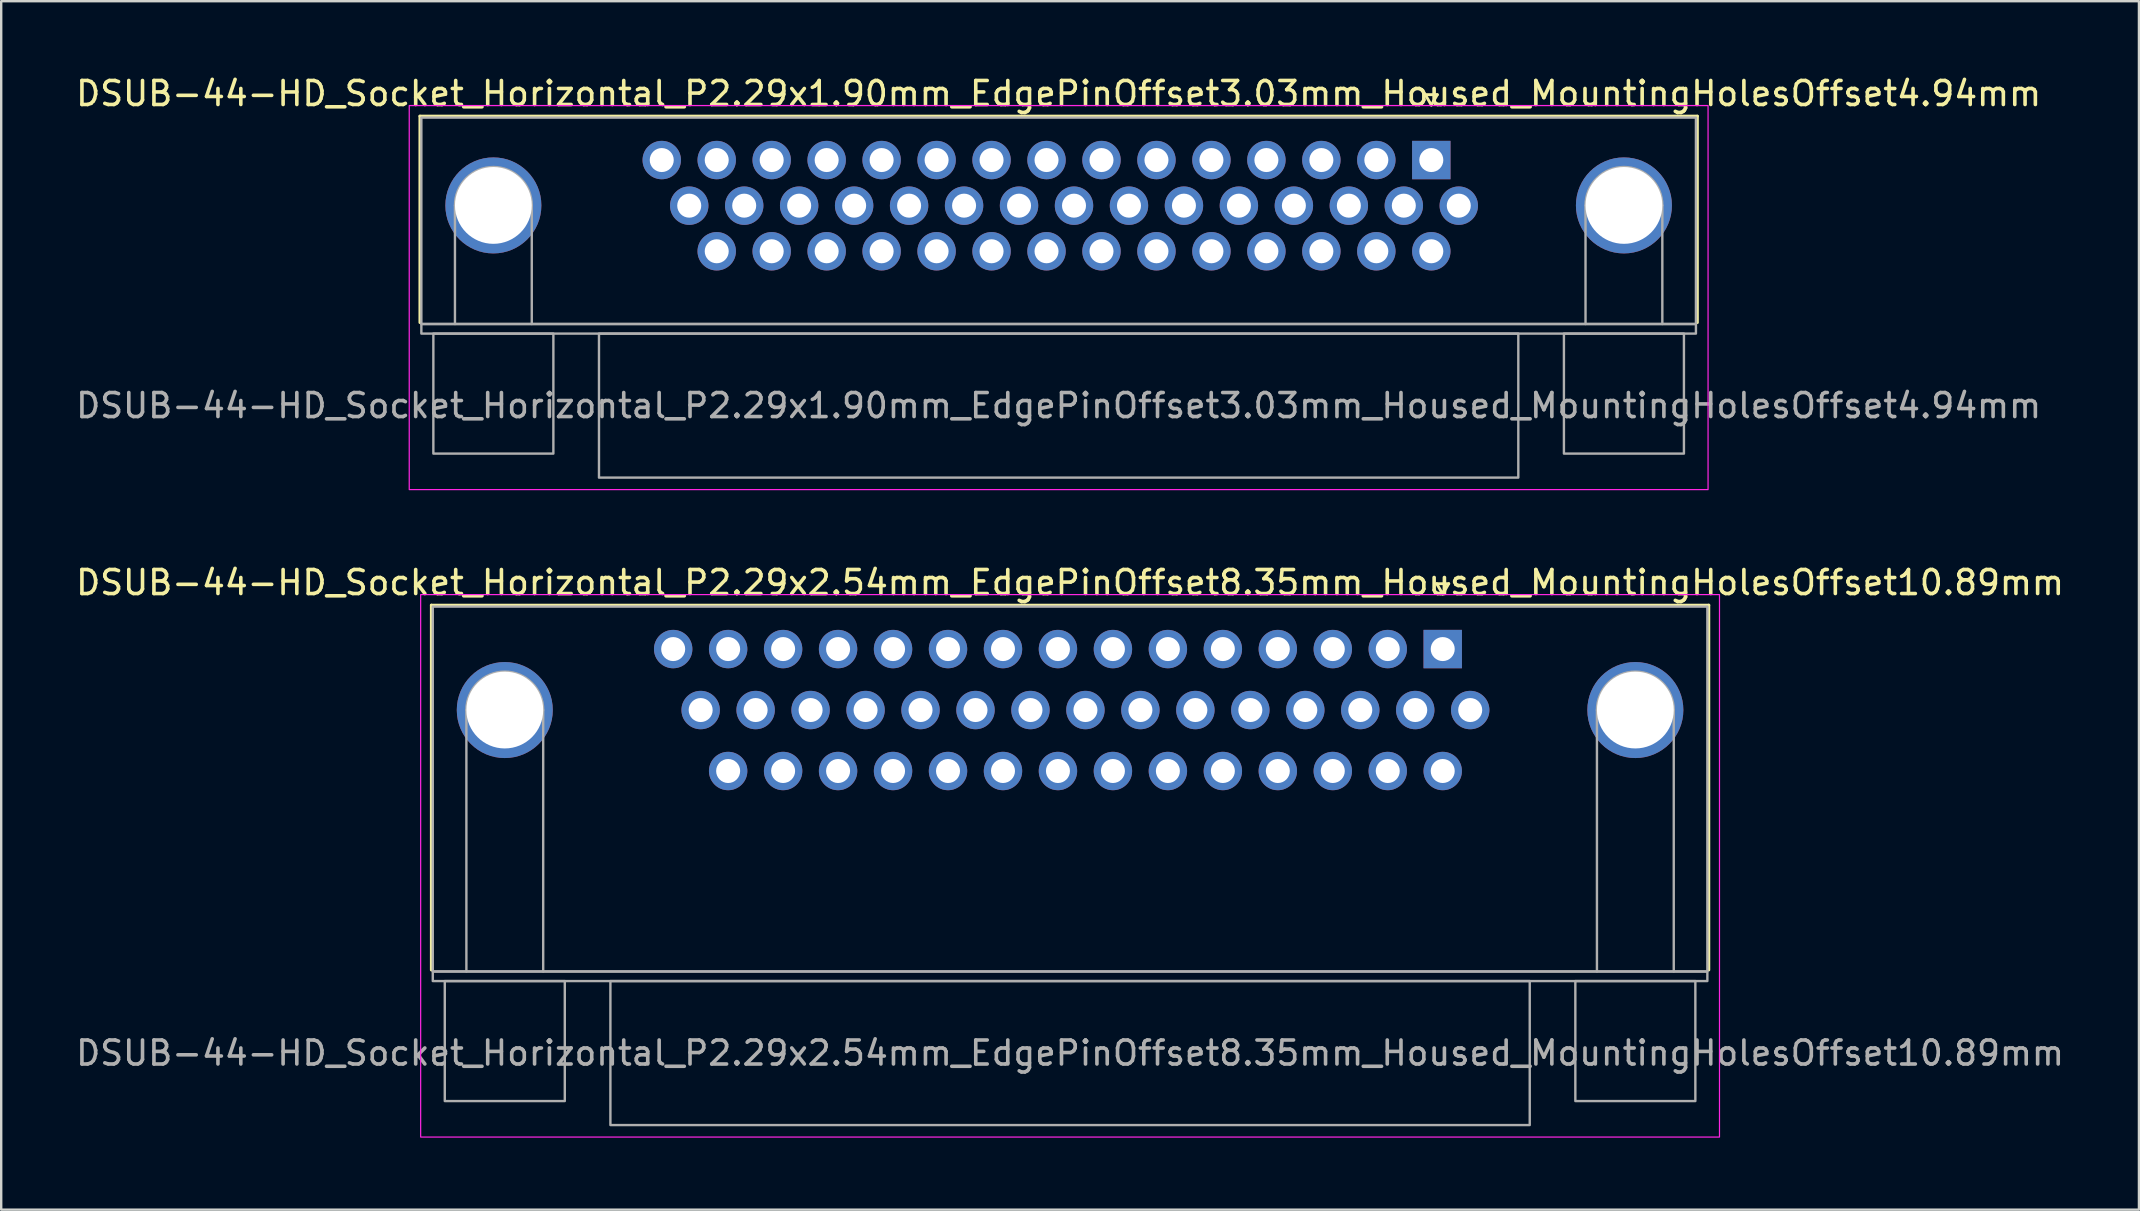
<source format=kicad_pcb>
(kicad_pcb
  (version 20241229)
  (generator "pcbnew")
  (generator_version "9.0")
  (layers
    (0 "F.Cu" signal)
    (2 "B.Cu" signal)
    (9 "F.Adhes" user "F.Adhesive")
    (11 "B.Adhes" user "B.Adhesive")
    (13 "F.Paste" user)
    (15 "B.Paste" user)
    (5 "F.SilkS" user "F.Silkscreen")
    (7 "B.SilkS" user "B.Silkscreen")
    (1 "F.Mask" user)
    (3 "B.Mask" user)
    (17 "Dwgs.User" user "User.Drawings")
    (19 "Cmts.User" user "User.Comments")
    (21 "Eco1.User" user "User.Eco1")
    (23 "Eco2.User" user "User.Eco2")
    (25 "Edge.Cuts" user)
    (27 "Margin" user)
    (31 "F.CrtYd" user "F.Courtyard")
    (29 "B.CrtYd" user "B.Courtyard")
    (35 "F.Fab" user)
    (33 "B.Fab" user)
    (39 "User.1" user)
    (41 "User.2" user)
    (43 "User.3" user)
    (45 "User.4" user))
  (footprint "DSUB-44-HD_Socket_Horizontal_P2.29x1.90mm_EdgePinOffset3.03mm_Housed_MountingHolesOffset4.94mm"
    (layer "F.Cu")
    (at 56.579 3.618)
    (property "Reference" "DSUB-44-HD_Socket_Horizontal_P2.29x1.90mm_EdgePinOffset3.03mm_Housed_MountingHolesOffset4.94mm" (at -15.525 -2.77 0) (layer "F.SilkS") (effects (font (size 1 1) (thickness 0.15))))
    (attr through_hole)
    (fp_line (start -42.135 -1.83) (end 11.085 -1.83) (stroke (width 0.12) (type solid)) (layer "F.SilkS"))
    (fp_line (start -42.135 6.77) (end -42.135 -1.83) (stroke (width 0.12) (type solid)) (layer "F.SilkS"))
    (fp_line (start -0.25 -2.724) (end 0.25 -2.724) (stroke (width 0.12) (type solid)) (layer "F.SilkS"))
    (fp_line (start 0 -2.291) (end -0.25 -2.724) (stroke (width 0.12) (type solid)) (layer "F.SilkS"))
    (fp_line (start 0.25 -2.724) (end 0 -2.291) (stroke (width 0.12) (type solid)) (layer "F.SilkS"))
    (fp_line (start 11.085 -1.83) (end 11.085 6.77) (stroke (width 0.12) (type solid)) (layer "F.SilkS"))
    (fp_rect (start -42.58 -2.27) (end 11.53 13.73) (stroke (width 0.05) (type solid)) (fill no) (layer "F.CrtYd"))
    (fp_line (start -40.675 6.83) (end -40.675 1.89) (stroke (width 0.1) (type solid)) (layer "F.Fab"))
    (fp_line (start -37.475 6.83) (end -37.475 1.89) (stroke (width 0.1) (type solid)) (layer "F.Fab"))
    (fp_line (start 6.425 6.83) (end 6.425 1.89) (stroke (width 0.1) (type solid)) (layer "F.Fab"))
    (fp_line (start 9.625 6.83) (end 9.625 1.89) (stroke (width 0.1) (type solid)) (layer "F.Fab"))
    (fp_rect (start -42.075 -1.77) (end 11.025 6.83) (stroke (width 0.1) (type solid)) (fill no) (layer "F.Fab"))
    (fp_rect (start -42.075 6.83) (end 11.025 7.23) (stroke (width 0.1) (type solid)) (fill no) (layer "F.Fab"))
    (fp_rect (start -41.575 7.23) (end -36.575 12.23) (stroke (width 0.1) (type solid)) (fill no) (layer "F.Fab"))
    (fp_rect (start -34.675 7.23) (end 3.625 13.23) (stroke (width 0.1) (type solid)) (fill no) (layer "F.Fab"))
    (fp_rect (start 5.525 7.23) (end 10.525 12.23) (stroke (width 0.1) (type solid)) (fill no) (layer "F.Fab"))
    (fp_arc (start -40.675 1.89) (mid -39.075 0.29) (end -37.475 1.89) (stroke (width 0.1) (type solid)) (layer "F.Fab"))
    (fp_arc (start 6.425 1.89) (mid 8.025 0.29) (end 9.625 1.89) (stroke (width 0.1) (type solid)) (layer "F.Fab"))
    (fp_text user "${REFERENCE}" (at -15.525 10.23 0) (layer "F.Fab") (effects (font (size 1 1) (thickness 0.15))))
    (pad "1" thru_hole rect (at 0 0) (size 1.6 1.6) (drill 1) (layers "*.Cu" "*.Mask"))
    (pad "2" thru_hole circle (at -2.29 0) (size 1.6 1.6) (drill 1) (layers "*.Cu" "*.Mask"))
    (pad "3" thru_hole circle (at -4.58 0) (size 1.6 1.6) (drill 1) (layers "*.Cu" "*.Mask"))
    (pad "4" thru_hole circle (at -6.87 0) (size 1.6 1.6) (drill 1) (layers "*.Cu" "*.Mask"))
    (pad "5" thru_hole circle (at -9.16 0) (size 1.6 1.6) (drill 1) (layers "*.Cu" "*.Mask"))
    (pad "6" thru_hole circle (at -11.45 0) (size 1.6 1.6) (drill 1) (layers "*.Cu" "*.Mask"))
    (pad "7" thru_hole circle (at -13.74 0) (size 1.6 1.6) (drill 1) (layers "*.Cu" "*.Mask"))
    (pad "8" thru_hole circle (at -16.03 0) (size 1.6 1.6) (drill 1) (layers "*.Cu" "*.Mask"))
    (pad "9" thru_hole circle (at -18.32 0) (size 1.6 1.6) (drill 1) (layers "*.Cu" "*.Mask"))
    (pad "10" thru_hole circle (at -20.61 0) (size 1.6 1.6) (drill 1) (layers "*.Cu" "*.Mask"))
    (pad "11" thru_hole circle (at -22.9 0) (size 1.6 1.6) (drill 1) (layers "*.Cu" "*.Mask"))
    (pad "12" thru_hole circle (at -25.19 0) (size 1.6 1.6) (drill 1) (layers "*.Cu" "*.Mask"))
    (pad "13" thru_hole circle (at -27.48 0) (size 1.6 1.6) (drill 1) (layers "*.Cu" "*.Mask"))
    (pad "14" thru_hole circle (at -29.77 0) (size 1.6 1.6) (drill 1) (layers "*.Cu" "*.Mask"))
    (pad "15" thru_hole circle (at -32.06 0) (size 1.6 1.6) (drill 1) (layers "*.Cu" "*.Mask"))
    (pad "16" thru_hole circle (at 1.145 1.9) (size 1.6 1.6) (drill 1) (layers "*.Cu" "*.Mask"))
    (pad "17" thru_hole circle (at -1.145 1.9) (size 1.6 1.6) (drill 1) (layers "*.Cu" "*.Mask"))
    (pad "18" thru_hole circle (at -3.435 1.9) (size 1.6 1.6) (drill 1) (layers "*.Cu" "*.Mask"))
    (pad "19" thru_hole circle (at -5.725 1.9) (size 1.6 1.6) (drill 1) (layers "*.Cu" "*.Mask"))
    (pad "20" thru_hole circle (at -8.015 1.9) (size 1.6 1.6) (drill 1) (layers "*.Cu" "*.Mask"))
    (pad "21" thru_hole circle (at -10.305 1.9) (size 1.6 1.6) (drill 1) (layers "*.Cu" "*.Mask"))
    (pad "22" thru_hole circle (at -12.595 1.9) (size 1.6 1.6) (drill 1) (layers "*.Cu" "*.Mask"))
    (pad "23" thru_hole circle (at -14.885 1.9) (size 1.6 1.6) (drill 1) (layers "*.Cu" "*.Mask"))
    (pad "24" thru_hole circle (at -17.175 1.9) (size 1.6 1.6) (drill 1) (layers "*.Cu" "*.Mask"))
    (pad "25" thru_hole circle (at -19.465 1.9) (size 1.6 1.6) (drill 1) (layers "*.Cu" "*.Mask"))
    (pad "26" thru_hole circle (at -21.755 1.9) (size 1.6 1.6) (drill 1) (layers "*.Cu" "*.Mask"))
    (pad "27" thru_hole circle (at -24.045 1.9) (size 1.6 1.6) (drill 1) (layers "*.Cu" "*.Mask"))
    (pad "28" thru_hole circle (at -26.335 1.9) (size 1.6 1.6) (drill 1) (layers "*.Cu" "*.Mask"))
    (pad "29" thru_hole circle (at -28.625 1.9) (size 1.6 1.6) (drill 1) (layers "*.Cu" "*.Mask"))
    (pad "30" thru_hole circle (at -30.915 1.9) (size 1.6 1.6) (drill 1) (layers "*.Cu" "*.Mask"))
    (pad "31" thru_hole circle (at 0 3.8) (size 1.6 1.6) (drill 1) (layers "*.Cu" "*.Mask"))
    (pad "32" thru_hole circle (at -2.29 3.8) (size 1.6 1.6) (drill 1) (layers "*.Cu" "*.Mask"))
    (pad "33" thru_hole circle (at -4.58 3.8) (size 1.6 1.6) (drill 1) (layers "*.Cu" "*.Mask"))
    (pad "34" thru_hole circle (at -6.87 3.8) (size 1.6 1.6) (drill 1) (layers "*.Cu" "*.Mask"))
    (pad "35" thru_hole circle (at -9.16 3.8) (size 1.6 1.6) (drill 1) (layers "*.Cu" "*.Mask"))
    (pad "36" thru_hole circle (at -11.45 3.8) (size 1.6 1.6) (drill 1) (layers "*.Cu" "*.Mask"))
    (pad "37" thru_hole circle (at -13.74 3.8) (size 1.6 1.6) (drill 1) (layers "*.Cu" "*.Mask"))
    (pad "38" thru_hole circle (at -16.03 3.8) (size 1.6 1.6) (drill 1) (layers "*.Cu" "*.Mask"))
    (pad "39" thru_hole circle (at -18.32 3.8) (size 1.6 1.6) (drill 1) (layers "*.Cu" "*.Mask"))
    (pad "40" thru_hole circle (at -20.61 3.8) (size 1.6 1.6) (drill 1) (layers "*.Cu" "*.Mask"))
    (pad "41" thru_hole circle (at -22.9 3.8) (size 1.6 1.6) (drill 1) (layers "*.Cu" "*.Mask"))
    (pad "42" thru_hole circle (at -25.19 3.8) (size 1.6 1.6) (drill 1) (layers "*.Cu" "*.Mask"))
    (pad "43" thru_hole circle (at -27.48 3.8) (size 1.6 1.6) (drill 1) (layers "*.Cu" "*.Mask"))
    (pad "44" thru_hole circle (at -29.77 3.8) (size 1.6 1.6) (drill 1) (layers "*.Cu" "*.Mask"))
    (pad "SH" thru_hole circle (at -39.075 1.89) (size 4 4) (drill 3.2) (layers "*.Cu" "*.Mask"))
    (pad "SH" thru_hole circle (at 8.025 1.89) (size 4 4) (drill 3.2) (layers "*.Cu" "*.Mask")))
  (footprint "DSUB-44-HD_Socket_Horizontal_P2.29x2.54mm_EdgePinOffset8.35mm_Housed_MountingHolesOffset10.89mm"
    (layer "F.Cu")
    (at 57.055 23.991)
    (property "Reference" "DSUB-44-HD_Socket_Horizontal_P2.29x2.54mm_EdgePinOffset8.35mm_Housed_MountingHolesOffset10.89mm" (at -15.525 -2.77 0) (layer "F.SilkS") (effects (font (size 1 1) (thickness 0.15))))
    (attr through_hole)
    (fp_line (start -42.135 -1.83) (end 11.085 -1.83) (stroke (width 0.12) (type solid)) (layer "F.SilkS"))
    (fp_line (start -42.135 13.37) (end -42.135 -1.83) (stroke (width 0.12) (type solid)) (layer "F.SilkS"))
    (fp_line (start -0.25 -2.724) (end 0.25 -2.724) (stroke (width 0.12) (type solid)) (layer "F.SilkS"))
    (fp_line (start 0 -2.291) (end -0.25 -2.724) (stroke (width 0.12) (type solid)) (layer "F.SilkS"))
    (fp_line (start 0.25 -2.724) (end 0 -2.291) (stroke (width 0.12) (type solid)) (layer "F.SilkS"))
    (fp_line (start 11.085 -1.83) (end 11.085 13.37) (stroke (width 0.12) (type solid)) (layer "F.SilkS"))
    (fp_rect (start -42.58 -2.27) (end 11.53 20.33) (stroke (width 0.05) (type solid)) (fill no) (layer "F.CrtYd"))
    (fp_line (start -40.675 13.43) (end -40.675 2.54) (stroke (width 0.1) (type solid)) (layer "F.Fab"))
    (fp_line (start -37.475 13.43) (end -37.475 2.54) (stroke (width 0.1) (type solid)) (layer "F.Fab"))
    (fp_line (start 6.425 13.43) (end 6.425 2.54) (stroke (width 0.1) (type solid)) (layer "F.Fab"))
    (fp_line (start 9.625 13.43) (end 9.625 2.54) (stroke (width 0.1) (type solid)) (layer "F.Fab"))
    (fp_rect (start -42.075 -1.77) (end 11.025 13.43) (stroke (width 0.1) (type solid)) (fill no) (layer "F.Fab"))
    (fp_rect (start -42.075 13.43) (end 11.025 13.83) (stroke (width 0.1) (type solid)) (fill no) (layer "F.Fab"))
    (fp_rect (start -41.575 13.83) (end -36.575 18.83) (stroke (width 0.1) (type solid)) (fill no) (layer "F.Fab"))
    (fp_rect (start -34.675 13.83) (end 3.625 19.83) (stroke (width 0.1) (type solid)) (fill no) (layer "F.Fab"))
    (fp_rect (start 5.525 13.83) (end 10.525 18.83) (stroke (width 0.1) (type solid)) (fill no) (layer "F.Fab"))
    (fp_arc (start -40.675 2.54) (mid -39.075 0.94) (end -37.475 2.54) (stroke (width 0.1) (type solid)) (layer "F.Fab"))
    (fp_arc (start 6.425 2.54) (mid 8.025 0.94) (end 9.625 2.54) (stroke (width 0.1) (type solid)) (layer "F.Fab"))
    (fp_text user "${REFERENCE}" (at -15.525 16.83 0) (layer "F.Fab") (effects (font (size 1 1) (thickness 0.15))))
    (pad "1" thru_hole rect (at 0 0) (size 1.6 1.6) (drill 1) (layers "*.Cu" "*.Mask"))
    (pad "2" thru_hole circle (at -2.29 0) (size 1.6 1.6) (drill 1) (layers "*.Cu" "*.Mask"))
    (pad "3" thru_hole circle (at -4.58 0) (size 1.6 1.6) (drill 1) (layers "*.Cu" "*.Mask"))
    (pad "4" thru_hole circle (at -6.87 0) (size 1.6 1.6) (drill 1) (layers "*.Cu" "*.Mask"))
    (pad "5" thru_hole circle (at -9.16 0) (size 1.6 1.6) (drill 1) (layers "*.Cu" "*.Mask"))
    (pad "6" thru_hole circle (at -11.45 0) (size 1.6 1.6) (drill 1) (layers "*.Cu" "*.Mask"))
    (pad "7" thru_hole circle (at -13.74 0) (size 1.6 1.6) (drill 1) (layers "*.Cu" "*.Mask"))
    (pad "8" thru_hole circle (at -16.03 0) (size 1.6 1.6) (drill 1) (layers "*.Cu" "*.Mask"))
    (pad "9" thru_hole circle (at -18.32 0) (size 1.6 1.6) (drill 1) (layers "*.Cu" "*.Mask"))
    (pad "10" thru_hole circle (at -20.61 0) (size 1.6 1.6) (drill 1) (layers "*.Cu" "*.Mask"))
    (pad "11" thru_hole circle (at -22.9 0) (size 1.6 1.6) (drill 1) (layers "*.Cu" "*.Mask"))
    (pad "12" thru_hole circle (at -25.19 0) (size 1.6 1.6) (drill 1) (layers "*.Cu" "*.Mask"))
    (pad "13" thru_hole circle (at -27.48 0) (size 1.6 1.6) (drill 1) (layers "*.Cu" "*.Mask"))
    (pad "14" thru_hole circle (at -29.77 0) (size 1.6 1.6) (drill 1) (layers "*.Cu" "*.Mask"))
    (pad "15" thru_hole circle (at -32.06 0) (size 1.6 1.6) (drill 1) (layers "*.Cu" "*.Mask"))
    (pad "16" thru_hole circle (at 1.145 2.54) (size 1.6 1.6) (drill 1) (layers "*.Cu" "*.Mask"))
    (pad "17" thru_hole circle (at -1.145 2.54) (size 1.6 1.6) (drill 1) (layers "*.Cu" "*.Mask"))
    (pad "18" thru_hole circle (at -3.435 2.54) (size 1.6 1.6) (drill 1) (layers "*.Cu" "*.Mask"))
    (pad "19" thru_hole circle (at -5.725 2.54) (size 1.6 1.6) (drill 1) (layers "*.Cu" "*.Mask"))
    (pad "20" thru_hole circle (at -8.015 2.54) (size 1.6 1.6) (drill 1) (layers "*.Cu" "*.Mask"))
    (pad "21" thru_hole circle (at -10.305 2.54) (size 1.6 1.6) (drill 1) (layers "*.Cu" "*.Mask"))
    (pad "22" thru_hole circle (at -12.595 2.54) (size 1.6 1.6) (drill 1) (layers "*.Cu" "*.Mask"))
    (pad "23" thru_hole circle (at -14.885 2.54) (size 1.6 1.6) (drill 1) (layers "*.Cu" "*.Mask"))
    (pad "24" thru_hole circle (at -17.175 2.54) (size 1.6 1.6) (drill 1) (layers "*.Cu" "*.Mask"))
    (pad "25" thru_hole circle (at -19.465 2.54) (size 1.6 1.6) (drill 1) (layers "*.Cu" "*.Mask"))
    (pad "26" thru_hole circle (at -21.755 2.54) (size 1.6 1.6) (drill 1) (layers "*.Cu" "*.Mask"))
    (pad "27" thru_hole circle (at -24.045 2.54) (size 1.6 1.6) (drill 1) (layers "*.Cu" "*.Mask"))
    (pad "28" thru_hole circle (at -26.335 2.54) (size 1.6 1.6) (drill 1) (layers "*.Cu" "*.Mask"))
    (pad "29" thru_hole circle (at -28.625 2.54) (size 1.6 1.6) (drill 1) (layers "*.Cu" "*.Mask"))
    (pad "30" thru_hole circle (at -30.915 2.54) (size 1.6 1.6) (drill 1) (layers "*.Cu" "*.Mask"))
    (pad "31" thru_hole circle (at 0 5.08) (size 1.6 1.6) (drill 1) (layers "*.Cu" "*.Mask"))
    (pad "32" thru_hole circle (at -2.29 5.08) (size 1.6 1.6) (drill 1) (layers "*.Cu" "*.Mask"))
    (pad "33" thru_hole circle (at -4.58 5.08) (size 1.6 1.6) (drill 1) (layers "*.Cu" "*.Mask"))
    (pad "34" thru_hole circle (at -6.87 5.08) (size 1.6 1.6) (drill 1) (layers "*.Cu" "*.Mask"))
    (pad "35" thru_hole circle (at -9.16 5.08) (size 1.6 1.6) (drill 1) (layers "*.Cu" "*.Mask"))
    (pad "36" thru_hole circle (at -11.45 5.08) (size 1.6 1.6) (drill 1) (layers "*.Cu" "*.Mask"))
    (pad "37" thru_hole circle (at -13.74 5.08) (size 1.6 1.6) (drill 1) (layers "*.Cu" "*.Mask"))
    (pad "38" thru_hole circle (at -16.03 5.08) (size 1.6 1.6) (drill 1) (layers "*.Cu" "*.Mask"))
    (pad "39" thru_hole circle (at -18.32 5.08) (size 1.6 1.6) (drill 1) (layers "*.Cu" "*.Mask"))
    (pad "40" thru_hole circle (at -20.61 5.08) (size 1.6 1.6) (drill 1) (layers "*.Cu" "*.Mask"))
    (pad "41" thru_hole circle (at -22.9 5.08) (size 1.6 1.6) (drill 1) (layers "*.Cu" "*.Mask"))
    (pad "42" thru_hole circle (at -25.19 5.08) (size 1.6 1.6) (drill 1) (layers "*.Cu" "*.Mask"))
    (pad "43" thru_hole circle (at -27.48 5.08) (size 1.6 1.6) (drill 1) (layers "*.Cu" "*.Mask"))
    (pad "44" thru_hole circle (at -29.77 5.08) (size 1.6 1.6) (drill 1) (layers "*.Cu" "*.Mask"))
    (pad "SH" thru_hole circle (at -39.075 2.54) (size 4 4) (drill 3.2) (layers "*.Cu" "*.Mask"))
    (pad "SH" thru_hole circle (at 8.025 2.54) (size 4 4) (drill 3.2) (layers "*.Cu" "*.Mask")))
  (gr_rect
    (start -3 -3)
    (end 86.06 47.346)
    (stroke (width 0.1) (type default))
    (fill no)
    (layer "Edge.Cuts")))
</source>
